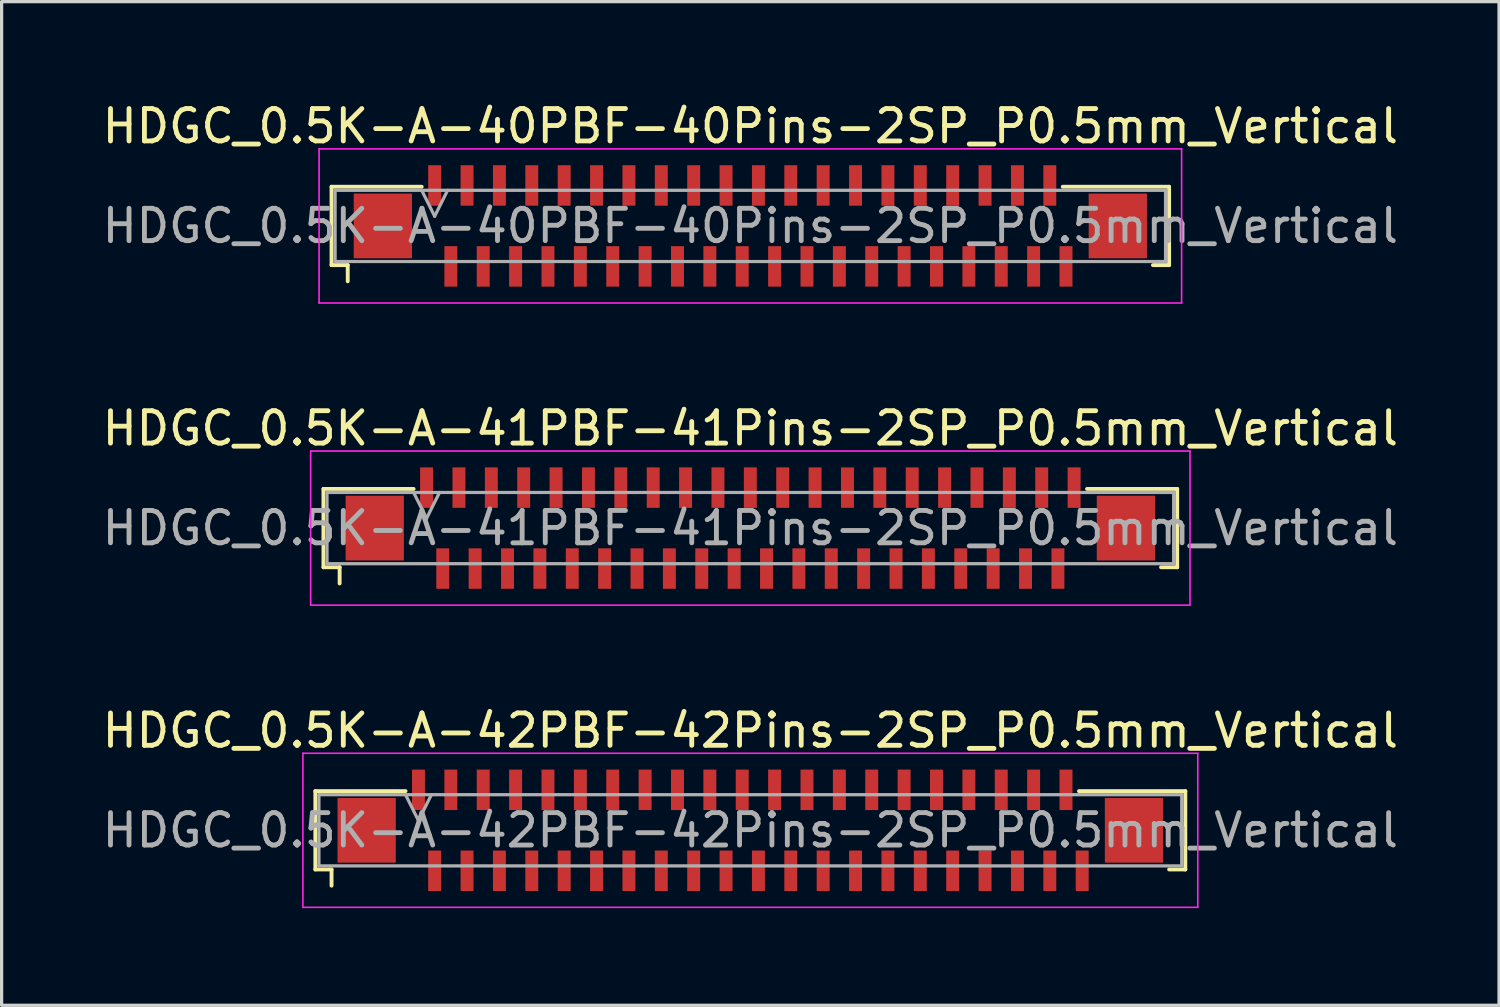
<source format=kicad_pcb>
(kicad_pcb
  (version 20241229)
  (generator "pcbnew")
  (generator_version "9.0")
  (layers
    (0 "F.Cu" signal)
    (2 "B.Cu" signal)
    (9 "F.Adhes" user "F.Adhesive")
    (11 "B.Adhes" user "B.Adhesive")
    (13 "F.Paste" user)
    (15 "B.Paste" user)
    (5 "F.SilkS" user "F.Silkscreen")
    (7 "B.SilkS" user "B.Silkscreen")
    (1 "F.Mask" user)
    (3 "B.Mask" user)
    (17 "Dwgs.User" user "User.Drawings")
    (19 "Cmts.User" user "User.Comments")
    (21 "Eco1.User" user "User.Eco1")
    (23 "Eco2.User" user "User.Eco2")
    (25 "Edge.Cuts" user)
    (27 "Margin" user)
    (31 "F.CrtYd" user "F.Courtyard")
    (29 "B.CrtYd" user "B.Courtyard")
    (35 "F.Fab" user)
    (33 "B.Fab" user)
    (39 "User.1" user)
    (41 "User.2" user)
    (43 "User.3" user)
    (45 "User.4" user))
  (footprint "HDGC_0.5K-A-42PBF-42Pins-2SP_P0.5mm_Vertical"
    (layer "F.Cu")
    (at 20.125 22.595)
    (property "Reference" "HDGC_0.5K-A-42PBF-42Pins-2SP_P0.5mm_Vertical" (at 0 -3.08 0) (layer "F.SilkS") (effects (font (size 1 1) (thickness 0.15))))
    (attr smd)
    (fp_line (start -13.435 -1.21) (end -10.65 -1.21) (stroke (width 0.12) (type solid)) (layer "F.SilkS"))
    (fp_line (start -13.435 1.21) (end -13.435 -1.21) (stroke (width 0.12) (type solid)) (layer "F.SilkS"))
    (fp_line (start -12.935 1.21) (end -13.435 1.21) (stroke (width 0.12) (type solid)) (layer "F.SilkS"))
    (fp_line (start -12.935 1.71) (end -12.935 1.21) (stroke (width 0.12) (type solid)) (layer "F.SilkS"))
    (fp_line (start 12.935 1.21) (end 13.435 1.21) (stroke (width 0.12) (type solid)) (layer "F.SilkS"))
    (fp_line (start 13.435 -1.21) (end 10.15 -1.21) (stroke (width 0.12) (type solid)) (layer "F.SilkS"))
    (fp_line (start 13.435 1.21) (end 13.435 -1.21) (stroke (width 0.12) (type solid)) (layer "F.SilkS"))
    (fp_line (start -13.82 -2.38) (end 13.82 -2.38) (stroke (width 0.05) (type solid)) (layer "F.CrtYd"))
    (fp_line (start -13.82 2.38) (end -13.82 -2.38) (stroke (width 0.05) (type solid)) (layer "F.CrtYd"))
    (fp_line (start 13.82 -2.38) (end 13.82 2.38) (stroke (width 0.05) (type solid)) (layer "F.CrtYd"))
    (fp_line (start 13.82 2.38) (end -13.82 2.38) (stroke (width 0.05) (type solid)) (layer "F.CrtYd"))
    (fp_line (start -13.325 -1.1) (end -13.325 1.1) (stroke (width 0.1) (type solid)) (layer "F.Fab"))
    (fp_line (start -13.325 1.1) (end 13.325 1.1) (stroke (width 0.1) (type solid)) (layer "F.Fab"))
    (fp_line (start -10.65 -1.1) (end -10.25 -0.3) (stroke (width 0.1) (type solid)) (layer "F.Fab"))
    (fp_line (start -10.25 -0.3) (end -9.85 -1.1) (stroke (width 0.1) (type solid)) (layer "F.Fab"))
    (fp_line (start 13.325 -1.1) (end -13.325 -1.1) (stroke (width 0.1) (type solid)) (layer "F.Fab"))
    (fp_line (start 13.325 1.1) (end 13.325 -1.1) (stroke (width 0.1) (type solid)) (layer "F.Fab"))
    (fp_text user "${REFERENCE}" (at 0 0 0) (layer "F.Fab") (effects (font (size 1 1) (thickness 0.15))))
    (pad "1" smd rect (at -10.25 -1.25) (size 0.4 1.25) (layers "F.Cu" "F.Mask" "F.Paste"))
    (pad "2" smd rect (at -9.75 1.25) (size 0.4 1.25) (layers "F.Cu" "F.Mask" "F.Paste"))
    (pad "3" smd rect (at -9.25 -1.25) (size 0.4 1.25) (layers "F.Cu" "F.Mask" "F.Paste"))
    (pad "4" smd rect (at -8.75 1.25) (size 0.4 1.25) (layers "F.Cu" "F.Mask" "F.Paste"))
    (pad "5" smd rect (at -8.25 -1.25) (size 0.4 1.25) (layers "F.Cu" "F.Mask" "F.Paste"))
    (pad "6" smd rect (at -7.75 1.25) (size 0.4 1.25) (layers "F.Cu" "F.Mask" "F.Paste"))
    (pad "7" smd rect (at -7.25 -1.25) (size 0.4 1.25) (layers "F.Cu" "F.Mask" "F.Paste"))
    (pad "8" smd rect (at -6.75 1.25) (size 0.4 1.25) (layers "F.Cu" "F.Mask" "F.Paste"))
    (pad "9" smd rect (at -6.25 -1.25) (size 0.4 1.25) (layers "F.Cu" "F.Mask" "F.Paste"))
    (pad "10" smd rect (at -5.75 1.25) (size 0.4 1.25) (layers "F.Cu" "F.Mask" "F.Paste"))
    (pad "11" smd rect (at -5.25 -1.25) (size 0.4 1.25) (layers "F.Cu" "F.Mask" "F.Paste"))
    (pad "12" smd rect (at -4.75 1.25) (size 0.4 1.25) (layers "F.Cu" "F.Mask" "F.Paste"))
    (pad "13" smd rect (at -4.25 -1.25) (size 0.4 1.25) (layers "F.Cu" "F.Mask" "F.Paste"))
    (pad "14" smd rect (at -3.75 1.25) (size 0.4 1.25) (layers "F.Cu" "F.Mask" "F.Paste"))
    (pad "15" smd rect (at -3.25 -1.25) (size 0.4 1.25) (layers "F.Cu" "F.Mask" "F.Paste"))
    (pad "16" smd rect (at -2.75 1.25) (size 0.4 1.25) (layers "F.Cu" "F.Mask" "F.Paste"))
    (pad "17" smd rect (at -2.25 -1.25) (size 0.4 1.25) (layers "F.Cu" "F.Mask" "F.Paste"))
    (pad "18" smd rect (at -1.75 1.25) (size 0.4 1.25) (layers "F.Cu" "F.Mask" "F.Paste"))
    (pad "19" smd rect (at -1.25 -1.25) (size 0.4 1.25) (layers "F.Cu" "F.Mask" "F.Paste"))
    (pad "20" smd rect (at -0.75 1.25) (size 0.4 1.25) (layers "F.Cu" "F.Mask" "F.Paste"))
    (pad "21" smd rect (at -0.25 -1.25) (size 0.4 1.25) (layers "F.Cu" "F.Mask" "F.Paste"))
    (pad "22" smd rect (at 0.25 1.25) (size 0.4 1.25) (layers "F.Cu" "F.Mask" "F.Paste"))
    (pad "23" smd rect (at 0.75 -1.25) (size 0.4 1.25) (layers "F.Cu" "F.Mask" "F.Paste"))
    (pad "24" smd rect (at 1.25 1.25) (size 0.4 1.25) (layers "F.Cu" "F.Mask" "F.Paste"))
    (pad "25" smd rect (at 1.75 -1.25) (size 0.4 1.25) (layers "F.Cu" "F.Mask" "F.Paste"))
    (pad "26" smd rect (at 2.25 1.25) (size 0.4 1.25) (layers "F.Cu" "F.Mask" "F.Paste"))
    (pad "27" smd rect (at 2.75 -1.25) (size 0.4 1.25) (layers "F.Cu" "F.Mask" "F.Paste"))
    (pad "28" smd rect (at 3.25 1.25) (size 0.4 1.25) (layers "F.Cu" "F.Mask" "F.Paste"))
    (pad "29" smd rect (at 3.75 -1.25) (size 0.4 1.25) (layers "F.Cu" "F.Mask" "F.Paste"))
    (pad "30" smd rect (at 4.25 1.25) (size 0.4 1.25) (layers "F.Cu" "F.Mask" "F.Paste"))
    (pad "31" smd rect (at 4.75 -1.25) (size 0.4 1.25) (layers "F.Cu" "F.Mask" "F.Paste"))
    (pad "32" smd rect (at 5.25 1.25) (size 0.4 1.25) (layers "F.Cu" "F.Mask" "F.Paste"))
    (pad "33" smd rect (at 5.75 -1.25) (size 0.4 1.25) (layers "F.Cu" "F.Mask" "F.Paste"))
    (pad "34" smd rect (at 6.25 1.25) (size 0.4 1.25) (layers "F.Cu" "F.Mask" "F.Paste"))
    (pad "35" smd rect (at 6.75 -1.25) (size 0.4 1.25) (layers "F.Cu" "F.Mask" "F.Paste"))
    (pad "36" smd rect (at 7.25 1.25) (size 0.4 1.25) (layers "F.Cu" "F.Mask" "F.Paste"))
    (pad "37" smd rect (at 7.75 -1.25) (size 0.4 1.25) (layers "F.Cu" "F.Mask" "F.Paste"))
    (pad "38" smd rect (at 8.25 1.25) (size 0.4 1.25) (layers "F.Cu" "F.Mask" "F.Paste"))
    (pad "39" smd rect (at 8.75 -1.25) (size 0.4 1.25) (layers "F.Cu" "F.Mask" "F.Paste"))
    (pad "40" smd rect (at 9.25 1.25) (size 0.4 1.25) (layers "F.Cu" "F.Mask" "F.Paste"))
    (pad "41" smd rect (at 9.75 -1.25) (size 0.4 1.25) (layers "F.Cu" "F.Mask" "F.Paste"))
    (pad "42" smd rect (at 10.25 1.25) (size 0.4 1.25) (layers "F.Cu" "F.Mask" "F.Paste"))
    (pad "MP" smd rect (at -11.85 0) (size 1.8 2) (layers "F.Cu" "F.Mask" "F.Paste"))
    (pad "MP" smd rect (at 11.85 0) (size 1.8 2) (layers "F.Cu" "F.Mask" "F.Paste")))
  (footprint "HDGC_0.5K-A-41PBF-41Pins-2SP_P0.5mm_Vertical"
    (layer "F.Cu")
    (at 20.125 13.261)
    (property "Reference" "HDGC_0.5K-A-41PBF-41Pins-2SP_P0.5mm_Vertical" (at 0 -3.08 0) (layer "F.SilkS") (effects (font (size 1 1) (thickness 0.15))))
    (attr smd)
    (fp_line (start -13.185 -1.21) (end -10.4 -1.21) (stroke (width 0.12) (type solid)) (layer "F.SilkS"))
    (fp_line (start -13.185 1.21) (end -13.185 -1.21) (stroke (width 0.12) (type solid)) (layer "F.SilkS"))
    (fp_line (start -12.685 1.21) (end -13.185 1.21) (stroke (width 0.12) (type solid)) (layer "F.SilkS"))
    (fp_line (start -12.685 1.71) (end -12.685 1.21) (stroke (width 0.12) (type solid)) (layer "F.SilkS"))
    (fp_line (start 12.685 1.21) (end 13.185 1.21) (stroke (width 0.12) (type solid)) (layer "F.SilkS"))
    (fp_line (start 13.185 -1.21) (end 10.4 -1.21) (stroke (width 0.12) (type solid)) (layer "F.SilkS"))
    (fp_line (start 13.185 1.21) (end 13.185 -1.21) (stroke (width 0.12) (type solid)) (layer "F.SilkS"))
    (fp_line (start -13.58 -2.38) (end 13.58 -2.38) (stroke (width 0.05) (type solid)) (layer "F.CrtYd"))
    (fp_line (start -13.58 2.38) (end -13.58 -2.38) (stroke (width 0.05) (type solid)) (layer "F.CrtYd"))
    (fp_line (start 13.58 -2.38) (end 13.58 2.38) (stroke (width 0.05) (type solid)) (layer "F.CrtYd"))
    (fp_line (start 13.58 2.38) (end -13.58 2.38) (stroke (width 0.05) (type solid)) (layer "F.CrtYd"))
    (fp_line (start -13.075 -1.1) (end -13.075 1.1) (stroke (width 0.1) (type solid)) (layer "F.Fab"))
    (fp_line (start -13.075 1.1) (end 13.075 1.1) (stroke (width 0.1) (type solid)) (layer "F.Fab"))
    (fp_line (start -10.4 -1.1) (end -10 -0.3) (stroke (width 0.1) (type solid)) (layer "F.Fab"))
    (fp_line (start -10 -0.3) (end -9.6 -1.1) (stroke (width 0.1) (type solid)) (layer "F.Fab"))
    (fp_line (start 13.075 -1.1) (end -13.075 -1.1) (stroke (width 0.1) (type solid)) (layer "F.Fab"))
    (fp_line (start 13.075 1.1) (end 13.075 -1.1) (stroke (width 0.1) (type solid)) (layer "F.Fab"))
    (fp_text user "${REFERENCE}" (at 0 0 0) (layer "F.Fab") (effects (font (size 1 1) (thickness 0.15))))
    (pad "1" smd rect (at -10 -1.25) (size 0.4 1.25) (layers "F.Cu" "F.Mask" "F.Paste"))
    (pad "2" smd rect (at -9.5 1.25) (size 0.4 1.25) (layers "F.Cu" "F.Mask" "F.Paste"))
    (pad "3" smd rect (at -9 -1.25) (size 0.4 1.25) (layers "F.Cu" "F.Mask" "F.Paste"))
    (pad "4" smd rect (at -8.5 1.25) (size 0.4 1.25) (layers "F.Cu" "F.Mask" "F.Paste"))
    (pad "5" smd rect (at -8 -1.25) (size 0.4 1.25) (layers "F.Cu" "F.Mask" "F.Paste"))
    (pad "6" smd rect (at -7.5 1.25) (size 0.4 1.25) (layers "F.Cu" "F.Mask" "F.Paste"))
    (pad "7" smd rect (at -7 -1.25) (size 0.4 1.25) (layers "F.Cu" "F.Mask" "F.Paste"))
    (pad "8" smd rect (at -6.5 1.25) (size 0.4 1.25) (layers "F.Cu" "F.Mask" "F.Paste"))
    (pad "9" smd rect (at -6 -1.25) (size 0.4 1.25) (layers "F.Cu" "F.Mask" "F.Paste"))
    (pad "10" smd rect (at -5.5 1.25) (size 0.4 1.25) (layers "F.Cu" "F.Mask" "F.Paste"))
    (pad "11" smd rect (at -5 -1.25) (size 0.4 1.25) (layers "F.Cu" "F.Mask" "F.Paste"))
    (pad "12" smd rect (at -4.5 1.25) (size 0.4 1.25) (layers "F.Cu" "F.Mask" "F.Paste"))
    (pad "13" smd rect (at -4 -1.25) (size 0.4 1.25) (layers "F.Cu" "F.Mask" "F.Paste"))
    (pad "14" smd rect (at -3.5 1.25) (size 0.4 1.25) (layers "F.Cu" "F.Mask" "F.Paste"))
    (pad "15" smd rect (at -3 -1.25) (size 0.4 1.25) (layers "F.Cu" "F.Mask" "F.Paste"))
    (pad "16" smd rect (at -2.5 1.25) (size 0.4 1.25) (layers "F.Cu" "F.Mask" "F.Paste"))
    (pad "17" smd rect (at -2 -1.25) (size 0.4 1.25) (layers "F.Cu" "F.Mask" "F.Paste"))
    (pad "18" smd rect (at -1.5 1.25) (size 0.4 1.25) (layers "F.Cu" "F.Mask" "F.Paste"))
    (pad "19" smd rect (at -1 -1.25) (size 0.4 1.25) (layers "F.Cu" "F.Mask" "F.Paste"))
    (pad "20" smd rect (at -0.5 1.25) (size 0.4 1.25) (layers "F.Cu" "F.Mask" "F.Paste"))
    (pad "21" smd rect (at 0 -1.25) (size 0.4 1.25) (layers "F.Cu" "F.Mask" "F.Paste"))
    (pad "22" smd rect (at 0.5 1.25) (size 0.4 1.25) (layers "F.Cu" "F.Mask" "F.Paste"))
    (pad "23" smd rect (at 1 -1.25) (size 0.4 1.25) (layers "F.Cu" "F.Mask" "F.Paste"))
    (pad "24" smd rect (at 1.5 1.25) (size 0.4 1.25) (layers "F.Cu" "F.Mask" "F.Paste"))
    (pad "25" smd rect (at 2 -1.25) (size 0.4 1.25) (layers "F.Cu" "F.Mask" "F.Paste"))
    (pad "26" smd rect (at 2.5 1.25) (size 0.4 1.25) (layers "F.Cu" "F.Mask" "F.Paste"))
    (pad "27" smd rect (at 3 -1.25) (size 0.4 1.25) (layers "F.Cu" "F.Mask" "F.Paste"))
    (pad "28" smd rect (at 3.5 1.25) (size 0.4 1.25) (layers "F.Cu" "F.Mask" "F.Paste"))
    (pad "29" smd rect (at 4 -1.25) (size 0.4 1.25) (layers "F.Cu" "F.Mask" "F.Paste"))
    (pad "30" smd rect (at 4.5 1.25) (size 0.4 1.25) (layers "F.Cu" "F.Mask" "F.Paste"))
    (pad "31" smd rect (at 5 -1.25) (size 0.4 1.25) (layers "F.Cu" "F.Mask" "F.Paste"))
    (pad "32" smd rect (at 5.5 1.25) (size 0.4 1.25) (layers "F.Cu" "F.Mask" "F.Paste"))
    (pad "33" smd rect (at 6 -1.25) (size 0.4 1.25) (layers "F.Cu" "F.Mask" "F.Paste"))
    (pad "34" smd rect (at 6.5 1.25) (size 0.4 1.25) (layers "F.Cu" "F.Mask" "F.Paste"))
    (pad "35" smd rect (at 7 -1.25) (size 0.4 1.25) (layers "F.Cu" "F.Mask" "F.Paste"))
    (pad "36" smd rect (at 7.5 1.25) (size 0.4 1.25) (layers "F.Cu" "F.Mask" "F.Paste"))
    (pad "37" smd rect (at 8 -1.25) (size 0.4 1.25) (layers "F.Cu" "F.Mask" "F.Paste"))
    (pad "38" smd rect (at 8.5 1.25) (size 0.4 1.25) (layers "F.Cu" "F.Mask" "F.Paste"))
    (pad "39" smd rect (at 9 -1.25) (size 0.4 1.25) (layers "F.Cu" "F.Mask" "F.Paste"))
    (pad "40" smd rect (at 9.5 1.25) (size 0.4 1.25) (layers "F.Cu" "F.Mask" "F.Paste"))
    (pad "41" smd rect (at 10 -1.25) (size 0.4 1.25) (layers "F.Cu" "F.Mask" "F.Paste"))
    (pad "MP" smd rect (at -11.6 0) (size 1.8 2) (layers "F.Cu" "F.Mask" "F.Paste"))
    (pad "MP" smd rect (at 11.6 0) (size 1.8 2) (layers "F.Cu" "F.Mask" "F.Paste")))
  (footprint "HDGC_0.5K-A-40PBF-40Pins-2SP_P0.5mm_Vertical"
    (layer "F.Cu")
    (at 20.125 3.928)
    (property "Reference" "HDGC_0.5K-A-40PBF-40Pins-2SP_P0.5mm_Vertical" (at 0 -3.08 0) (layer "F.SilkS") (effects (font (size 1 1) (thickness 0.15))))
    (attr smd)
    (fp_line (start -12.935 -1.21) (end -10.15 -1.21) (stroke (width 0.12) (type solid)) (layer "F.SilkS"))
    (fp_line (start -12.935 1.21) (end -12.935 -1.21) (stroke (width 0.12) (type solid)) (layer "F.SilkS"))
    (fp_line (start -12.435 1.21) (end -12.935 1.21) (stroke (width 0.12) (type solid)) (layer "F.SilkS"))
    (fp_line (start -12.435 1.71) (end -12.435 1.21) (stroke (width 0.12) (type solid)) (layer "F.SilkS"))
    (fp_line (start 12.435 1.21) (end 12.935 1.21) (stroke (width 0.12) (type solid)) (layer "F.SilkS"))
    (fp_line (start 12.935 -1.21) (end 9.65 -1.21) (stroke (width 0.12) (type solid)) (layer "F.SilkS"))
    (fp_line (start 12.935 1.21) (end 12.935 -1.21) (stroke (width 0.12) (type solid)) (layer "F.SilkS"))
    (fp_line (start -13.32 -2.38) (end 13.32 -2.38) (stroke (width 0.05) (type solid)) (layer "F.CrtYd"))
    (fp_line (start -13.32 2.38) (end -13.32 -2.38) (stroke (width 0.05) (type solid)) (layer "F.CrtYd"))
    (fp_line (start 13.32 -2.38) (end 13.32 2.38) (stroke (width 0.05) (type solid)) (layer "F.CrtYd"))
    (fp_line (start 13.32 2.38) (end -13.32 2.38) (stroke (width 0.05) (type solid)) (layer "F.CrtYd"))
    (fp_line (start -12.825 -1.1) (end -12.825 1.1) (stroke (width 0.1) (type solid)) (layer "F.Fab"))
    (fp_line (start -12.825 1.1) (end 12.825 1.1) (stroke (width 0.1) (type solid)) (layer "F.Fab"))
    (fp_line (start -10.15 -1.1) (end -9.75 -0.3) (stroke (width 0.1) (type solid)) (layer "F.Fab"))
    (fp_line (start -9.75 -0.3) (end -9.35 -1.1) (stroke (width 0.1) (type solid)) (layer "F.Fab"))
    (fp_line (start 12.825 -1.1) (end -12.825 -1.1) (stroke (width 0.1) (type solid)) (layer "F.Fab"))
    (fp_line (start 12.825 1.1) (end 12.825 -1.1) (stroke (width 0.1) (type solid)) (layer "F.Fab"))
    (fp_text user "${REFERENCE}" (at 0 0 0) (layer "F.Fab") (effects (font (size 1 1) (thickness 0.15))))
    (pad "1" smd rect (at -9.75 -1.25) (size 0.4 1.25) (layers "F.Cu" "F.Mask" "F.Paste"))
    (pad "2" smd rect (at -9.25 1.25) (size 0.4 1.25) (layers "F.Cu" "F.Mask" "F.Paste"))
    (pad "3" smd rect (at -8.75 -1.25) (size 0.4 1.25) (layers "F.Cu" "F.Mask" "F.Paste"))
    (pad "4" smd rect (at -8.25 1.25) (size 0.4 1.25) (layers "F.Cu" "F.Mask" "F.Paste"))
    (pad "5" smd rect (at -7.75 -1.25) (size 0.4 1.25) (layers "F.Cu" "F.Mask" "F.Paste"))
    (pad "6" smd rect (at -7.25 1.25) (size 0.4 1.25) (layers "F.Cu" "F.Mask" "F.Paste"))
    (pad "7" smd rect (at -6.75 -1.25) (size 0.4 1.25) (layers "F.Cu" "F.Mask" "F.Paste"))
    (pad "8" smd rect (at -6.25 1.25) (size 0.4 1.25) (layers "F.Cu" "F.Mask" "F.Paste"))
    (pad "9" smd rect (at -5.75 -1.25) (size 0.4 1.25) (layers "F.Cu" "F.Mask" "F.Paste"))
    (pad "10" smd rect (at -5.25 1.25) (size 0.4 1.25) (layers "F.Cu" "F.Mask" "F.Paste"))
    (pad "11" smd rect (at -4.75 -1.25) (size 0.4 1.25) (layers "F.Cu" "F.Mask" "F.Paste"))
    (pad "12" smd rect (at -4.25 1.25) (size 0.4 1.25) (layers "F.Cu" "F.Mask" "F.Paste"))
    (pad "13" smd rect (at -3.75 -1.25) (size 0.4 1.25) (layers "F.Cu" "F.Mask" "F.Paste"))
    (pad "14" smd rect (at -3.25 1.25) (size 0.4 1.25) (layers "F.Cu" "F.Mask" "F.Paste"))
    (pad "15" smd rect (at -2.75 -1.25) (size 0.4 1.25) (layers "F.Cu" "F.Mask" "F.Paste"))
    (pad "16" smd rect (at -2.25 1.25) (size 0.4 1.25) (layers "F.Cu" "F.Mask" "F.Paste"))
    (pad "17" smd rect (at -1.75 -1.25) (size 0.4 1.25) (layers "F.Cu" "F.Mask" "F.Paste"))
    (pad "18" smd rect (at -1.25 1.25) (size 0.4 1.25) (layers "F.Cu" "F.Mask" "F.Paste"))
    (pad "19" smd rect (at -0.75 -1.25) (size 0.4 1.25) (layers "F.Cu" "F.Mask" "F.Paste"))
    (pad "20" smd rect (at -0.25 1.25) (size 0.4 1.25) (layers "F.Cu" "F.Mask" "F.Paste"))
    (pad "21" smd rect (at 0.25 -1.25) (size 0.4 1.25) (layers "F.Cu" "F.Mask" "F.Paste"))
    (pad "22" smd rect (at 0.75 1.25) (size 0.4 1.25) (layers "F.Cu" "F.Mask" "F.Paste"))
    (pad "23" smd rect (at 1.25 -1.25) (size 0.4 1.25) (layers "F.Cu" "F.Mask" "F.Paste"))
    (pad "24" smd rect (at 1.75 1.25) (size 0.4 1.25) (layers "F.Cu" "F.Mask" "F.Paste"))
    (pad "25" smd rect (at 2.25 -1.25) (size 0.4 1.25) (layers "F.Cu" "F.Mask" "F.Paste"))
    (pad "26" smd rect (at 2.75 1.25) (size 0.4 1.25) (layers "F.Cu" "F.Mask" "F.Paste"))
    (pad "27" smd rect (at 3.25 -1.25) (size 0.4 1.25) (layers "F.Cu" "F.Mask" "F.Paste"))
    (pad "28" smd rect (at 3.75 1.25) (size 0.4 1.25) (layers "F.Cu" "F.Mask" "F.Paste"))
    (pad "29" smd rect (at 4.25 -1.25) (size 0.4 1.25) (layers "F.Cu" "F.Mask" "F.Paste"))
    (pad "30" smd rect (at 4.75 1.25) (size 0.4 1.25) (layers "F.Cu" "F.Mask" "F.Paste"))
    (pad "31" smd rect (at 5.25 -1.25) (size 0.4 1.25) (layers "F.Cu" "F.Mask" "F.Paste"))
    (pad "32" smd rect (at 5.75 1.25) (size 0.4 1.25) (layers "F.Cu" "F.Mask" "F.Paste"))
    (pad "33" smd rect (at 6.25 -1.25) (size 0.4 1.25) (layers "F.Cu" "F.Mask" "F.Paste"))
    (pad "34" smd rect (at 6.75 1.25) (size 0.4 1.25) (layers "F.Cu" "F.Mask" "F.Paste"))
    (pad "35" smd rect (at 7.25 -1.25) (size 0.4 1.25) (layers "F.Cu" "F.Mask" "F.Paste"))
    (pad "36" smd rect (at 7.75 1.25) (size 0.4 1.25) (layers "F.Cu" "F.Mask" "F.Paste"))
    (pad "37" smd rect (at 8.25 -1.25) (size 0.4 1.25) (layers "F.Cu" "F.Mask" "F.Paste"))
    (pad "38" smd rect (at 8.75 1.25) (size 0.4 1.25) (layers "F.Cu" "F.Mask" "F.Paste"))
    (pad "39" smd rect (at 9.25 -1.25) (size 0.4 1.25) (layers "F.Cu" "F.Mask" "F.Paste"))
    (pad "40" smd rect (at 9.75 1.25) (size 0.4 1.25) (layers "F.Cu" "F.Mask" "F.Paste"))
    (pad "MP" smd rect (at -11.35 0) (size 1.8 2) (layers "F.Cu" "F.Mask" "F.Paste"))
    (pad "MP" smd rect (at 11.35 0) (size 1.8 2) (layers "F.Cu" "F.Mask" "F.Paste")))
  (gr_rect
    (start -3 -3)
    (end 43.25 28)
    (stroke (width 0.1) (type default))
    (fill no)
    (layer "Edge.Cuts")))
</source>
